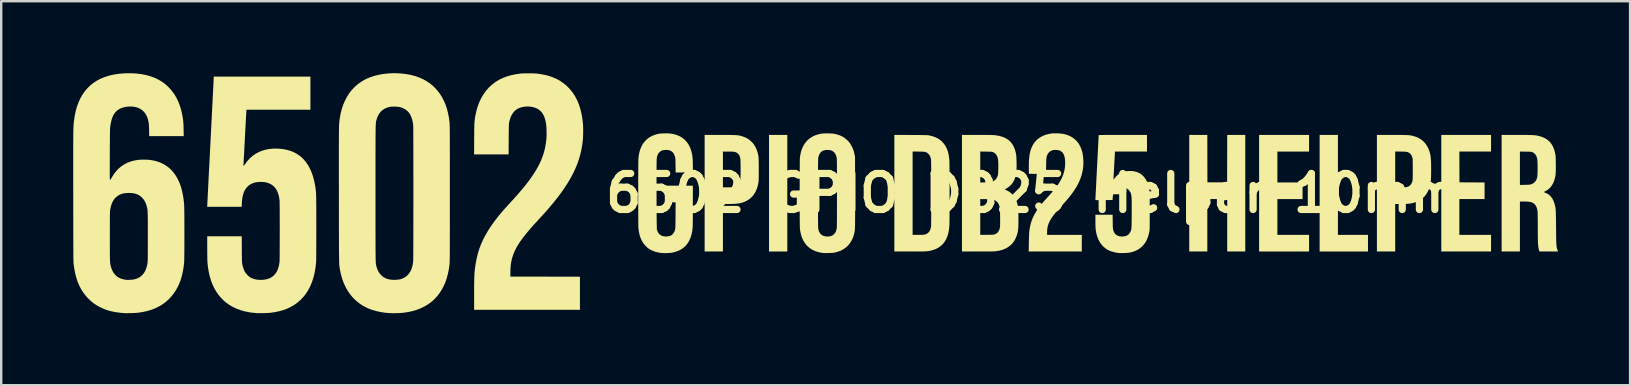
<source format=kicad_pcb>
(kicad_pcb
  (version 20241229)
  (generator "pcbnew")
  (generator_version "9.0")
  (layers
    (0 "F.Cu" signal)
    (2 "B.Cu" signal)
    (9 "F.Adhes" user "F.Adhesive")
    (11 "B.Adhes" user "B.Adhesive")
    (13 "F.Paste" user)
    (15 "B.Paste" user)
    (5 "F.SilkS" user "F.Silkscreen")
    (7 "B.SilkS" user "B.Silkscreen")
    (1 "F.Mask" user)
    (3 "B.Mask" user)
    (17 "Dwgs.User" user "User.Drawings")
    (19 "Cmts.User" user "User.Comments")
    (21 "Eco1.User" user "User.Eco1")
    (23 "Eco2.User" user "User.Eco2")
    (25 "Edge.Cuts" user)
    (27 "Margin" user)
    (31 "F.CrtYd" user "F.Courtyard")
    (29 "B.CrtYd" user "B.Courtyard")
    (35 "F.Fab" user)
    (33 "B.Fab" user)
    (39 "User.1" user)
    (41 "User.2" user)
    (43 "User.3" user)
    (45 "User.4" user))
  (footprint "6502 GPIO DB25 Helper 10mm"
    (layer "F.Cu")
    (at 39.973 4.999)
    (property "Reference" "6502 GPIO DB25 Helper 10mm" (at 0 0 0) (layer "F.SilkS") (effects (font (size 1.5 1.5) (thickness 0.3))))
    (attr board_only exclude_from_pos_files exclude_from_bom)
    (fp_poly (pts (xy -10.225 0) (xy -10.225 2.428) (xy -10.606 2.428) (xy -10.987 2.428) (xy -10.987 0) (xy -10.987 -2.428) (xy -10.606 -2.428) (xy -10.225 -2.428)) (stroke (width 0) (type solid)) (fill yes) (layer "F.SilkS"))
    (fp_poly (pts (xy 12.713 -0.347) (xy 12.713 1.735) (xy 13.339 1.735) (xy 13.965 1.735) (xy 13.965 2.081) (xy 13.965 2.428) (xy 12.958 2.428) (xy 11.951 2.428) (xy 11.951 0) (xy 11.951 -2.428) (xy 12.332 -2.428) (xy 12.713 -2.428)) (stroke (width 0) (type solid)) (fill yes) (layer "F.SilkS"))
    (fp_poly (pts (xy 7.274 -1.44) (xy 7.276 -0.453) (xy 7.687 -0.453) (xy 8.097 -0.453) (xy 8.099 -1.44) (xy 8.102 -2.428) (xy 8.478 -2.428) (xy 8.854 -2.428) (xy 8.854 0) (xy 8.854 2.428) (xy 8.478 2.428) (xy 8.101 2.428) (xy 8.101 1.337) (xy 8.101 0.245) (xy 7.687 0.245) (xy 7.272 0.245) (xy 7.272 1.337) (xy 7.272 2.428) (xy 6.896 2.428) (xy 6.519 2.428) (xy 6.519 0) (xy 6.519 -2.428) (xy 6.896 -2.428) (xy 7.272 -2.428)) (stroke (width 0) (type solid)) (fill yes) (layer "F.SilkS"))
    (fp_poly (pts (xy 11.511 -2.081) (xy 11.511 -1.735) (xy 10.851 -1.735) (xy 10.191 -1.735) (xy 10.191 -1.091) (xy 10.191 -0.448) (xy 10.716 -0.448) (xy 11.24 -0.448) (xy 11.24 -0.102) (xy 11.24 0.245) (xy 10.716 0.245) (xy 10.191 0.245) (xy 10.191 0.99) (xy 10.191 1.735) (xy 10.851 1.735) (xy 11.511 1.735) (xy 11.511 2.081) (xy 11.511 2.428) (xy 10.471 2.428) (xy 9.43 2.428) (xy 9.43 0) (xy 9.43 -2.428) (xy 10.471 -2.428) (xy 11.511 -2.428)) (stroke (width 0) (type solid)) (fill yes) (layer "F.SilkS"))
    (fp_poly (pts (xy 19.092 -2.081) (xy 19.092 -1.735) (xy 18.432 -1.735) (xy 17.772 -1.735) (xy 17.774 -1.094) (xy 17.777 -0.453) (xy 18.299 -0.45) (xy 18.822 -0.448) (xy 18.822 -0.101) (xy 18.822 0.245) (xy 18.297 0.245) (xy 17.772 0.245) (xy 17.772 0.99) (xy 17.772 1.735) (xy 18.432 1.735) (xy 19.092 1.735) (xy 19.092 2.081) (xy 19.092 2.428) (xy 18.056 2.428) (xy 17.019 2.428) (xy 17.019 0) (xy 17.019 -2.428) (xy 18.056 -2.428) (xy 19.092 -2.428)) (stroke (width 0) (type solid)) (fill yes) (layer "F.SilkS"))
    (fp_poly (pts (xy -12.916 -2.428) (xy -12.799 -2.428) (xy -12.696 -2.427) (xy -12.606 -2.427) (xy -12.528 -2.425) (xy -12.46 -2.423) (xy -12.401 -2.421) (xy -12.35 -2.418) (xy -12.305 -2.414) (xy -12.265 -2.409) (xy -12.229 -2.403) (xy -12.195 -2.396) (xy -12.162 -2.388) (xy -12.129 -2.378) (xy -12.094 -2.368) (xy -12.083 -2.364) (xy -11.964 -2.318) (xy -11.856 -2.259) (xy -11.76 -2.187) (xy -11.675 -2.103) (xy -11.601 -2.007) (xy -11.539 -1.899) (xy -11.489 -1.778) (xy -11.462 -1.691) (xy -11.452 -1.654) (xy -11.444 -1.62) (xy -11.437 -1.587) (xy -11.431 -1.553) (xy -11.426 -1.518) (xy -11.422 -1.478) (xy -11.419 -1.433) (xy -11.417 -1.381) (xy -11.416 -1.32) (xy -11.415 -1.248) (xy -11.414 -1.164) (xy -11.414 -1.066) (xy -11.414 -0.99) (xy -11.414 -0.888) (xy -11.414 -0.8) (xy -11.415 -0.727) (xy -11.415 -0.666) (xy -11.416 -0.615) (xy -11.417 -0.573) (xy -11.419 -0.539) (xy -11.42 -0.51) (xy -11.423 -0.486) (xy -11.426 -0.464) (xy -11.429 -0.442) (xy -11.429 -0.44) (xy -11.456 -0.312) (xy -11.49 -0.197) (xy -11.532 -0.094) (xy -11.582 -0.001) (xy -11.642 0.084) (xy -11.696 0.146) (xy -11.76 0.208) (xy -11.825 0.259) (xy -11.897 0.304) (xy -11.929 0.321) (xy -11.995 0.352) (xy -12.06 0.378) (xy -12.128 0.4) (xy -12.199 0.416) (xy -12.277 0.429) (xy -12.363 0.439) (xy -12.46 0.445) (xy -12.57 0.448) (xy -12.66 0.448) (xy -12.907 0.448) (xy -12.907 1.438) (xy -12.907 2.428) (xy -13.288 2.428) (xy -13.669 2.428) (xy -13.669 0) (xy -13.669 -0.99) (xy -12.907 -0.99) (xy -12.907 -0.245) (xy -12.685 -0.245) (xy -12.607 -0.246) (xy -12.544 -0.247) (xy -12.495 -0.249) (xy -12.458 -0.251) (xy -12.431 -0.255) (xy -12.42 -0.257) (xy -12.351 -0.282) (xy -12.295 -0.317) (xy -12.25 -0.364) (xy -12.216 -0.422) (xy -12.191 -0.495) (xy -12.184 -0.529) (xy -12.18 -0.556) (xy -12.177 -0.597) (xy -12.175 -0.651) (xy -12.173 -0.715) (xy -12.172 -0.787) (xy -12.171 -0.864) (xy -12.17 -0.945) (xy -12.17 -1.028) (xy -12.171 -1.109) (xy -12.171 -1.187) (xy -12.173 -1.259) (xy -12.175 -1.324) (xy -12.177 -1.379) (xy -12.18 -1.421) (xy -12.183 -1.449) (xy -12.183 -1.45) (xy -12.204 -1.528) (xy -12.233 -1.592) (xy -12.272 -1.642) (xy -12.321 -1.681) (xy -12.332 -1.687) (xy -12.358 -1.701) (xy -12.383 -1.711) (xy -12.408 -1.719) (xy -12.438 -1.725) (xy -12.473 -1.73) (xy -12.516 -1.732) (xy -12.571 -1.734) (xy -12.638 -1.734) (xy -12.685 -1.734) (xy -12.907 -1.735) (xy -12.907 -0.99) (xy -13.669 -0.99) (xy -13.669 -2.428) (xy -13.049 -2.428)) (stroke (width 0) (type solid)) (fill yes) (layer "F.SilkS"))
    (fp_poly (pts (xy 14.961 -2.428) (xy 15.088 -2.428) (xy 15.199 -2.428) (xy 15.296 -2.427) (xy 15.381 -2.427) (xy 15.453 -2.426) (xy 15.516 -2.424) (xy 15.57 -2.423) (xy 15.616 -2.42) (xy 15.657 -2.417) (xy 15.693 -2.414) (xy 15.725 -2.409) (xy 15.756 -2.404) (xy 15.786 -2.398) (xy 15.817 -2.392) (xy 15.84 -2.386) (xy 15.965 -2.349) (xy 16.079 -2.298) (xy 16.183 -2.235) (xy 16.275 -2.159) (xy 16.356 -2.07) (xy 16.425 -1.969) (xy 16.483 -1.856) (xy 16.519 -1.763) (xy 16.536 -1.71) (xy 16.55 -1.657) (xy 16.562 -1.603) (xy 16.572 -1.546) (xy 16.58 -1.484) (xy 16.586 -1.416) (xy 16.591 -1.339) (xy 16.594 -1.252) (xy 16.595 -1.153) (xy 16.596 -1.039) (xy 16.596 -0.99) (xy 16.596 -0.87) (xy 16.594 -0.765) (xy 16.592 -0.673) (xy 16.588 -0.593) (xy 16.583 -0.521) (xy 16.575 -0.457) (xy 16.566 -0.399) (xy 16.555 -0.344) (xy 16.542 -0.291) (xy 16.526 -0.238) (xy 16.519 -0.216) (xy 16.47 -0.094) (xy 16.409 0.016) (xy 16.338 0.114) (xy 16.255 0.199) (xy 16.16 0.271) (xy 16.054 0.331) (xy 15.937 0.379) (xy 15.838 0.407) (xy 15.783 0.419) (xy 15.729 0.429) (xy 15.673 0.436) (xy 15.613 0.441) (xy 15.545 0.445) (xy 15.466 0.447) (xy 15.375 0.448) (xy 15.342 0.448) (xy 15.099 0.448) (xy 15.099 1.438) (xy 15.099 2.428) (xy 14.718 2.428) (xy 14.337 2.428) (xy 14.337 0) (xy 14.337 -0.99) (xy 15.099 -0.99) (xy 15.099 -0.245) (xy 15.319 -0.245) (xy 15.391 -0.246) (xy 15.448 -0.246) (xy 15.493 -0.247) (xy 15.527 -0.249) (xy 15.554 -0.252) (xy 15.575 -0.256) (xy 15.588 -0.259) (xy 15.639 -0.276) (xy 15.679 -0.297) (xy 15.714 -0.324) (xy 15.73 -0.34) (xy 15.764 -0.382) (xy 15.79 -0.429) (xy 15.811 -0.486) (xy 15.816 -0.505) (xy 15.819 -0.52) (xy 15.822 -0.536) (xy 15.824 -0.556) (xy 15.826 -0.581) (xy 15.828 -0.612) (xy 15.829 -0.651) (xy 15.83 -0.7) (xy 15.83 -0.76) (xy 15.83 -0.833) (xy 15.831 -0.919) (xy 15.831 -0.99) (xy 15.831 -1.088) (xy 15.83 -1.17) (xy 15.83 -1.239) (xy 15.829 -1.296) (xy 15.828 -1.341) (xy 15.827 -1.378) (xy 15.826 -1.407) (xy 15.824 -1.43) (xy 15.821 -1.449) (xy 15.818 -1.464) (xy 15.816 -1.474) (xy 15.793 -1.543) (xy 15.764 -1.598) (xy 15.727 -1.643) (xy 15.722 -1.647) (xy 15.696 -1.671) (xy 15.669 -1.689) (xy 15.641 -1.704) (xy 15.61 -1.715) (xy 15.572 -1.723) (xy 15.526 -1.729) (xy 15.47 -1.732) (xy 15.402 -1.734) (xy 15.319 -1.735) (xy 15.315 -1.735) (xy 15.099 -1.735) (xy 15.099 -0.99) (xy 14.337 -0.99) (xy 14.337 -2.428)) (stroke (width 0) (type solid)) (fill yes) (layer "F.SilkS"))
    (fp_poly (pts (xy 0.982 -2.495) (xy 1.058 -2.493) (xy 1.133 -2.488) (xy 1.201 -2.482) (xy 1.259 -2.475) (xy 1.277 -2.471) (xy 1.41 -2.436) (xy 1.532 -2.389) (xy 1.643 -2.328) (xy 1.742 -2.256) (xy 1.83 -2.171) (xy 1.907 -2.074) (xy 1.971 -1.965) (xy 2.023 -1.844) (xy 2.063 -1.712) (xy 2.077 -1.648) (xy 2.102 -1.471) (xy 2.111 -1.294) (xy 2.104 -1.118) (xy 2.08 -0.943) (xy 2.039 -0.769) (xy 1.982 -0.598) (xy 1.909 -0.429) (xy 1.821 -0.265) (xy 1.793 -0.22) (xy 1.746 -0.147) (xy 1.699 -0.076) (xy 1.649 -0.006) (xy 1.597 0.065) (xy 1.54 0.137) (xy 1.478 0.213) (xy 1.409 0.294) (xy 1.332 0.383) (xy 1.246 0.479) (xy 1.149 0.586) (xy 1.134 0.602) (xy 1.03 0.717) (xy 0.94 0.824) (xy 0.862 0.923) (xy 0.795 1.016) (xy 0.74 1.104) (xy 0.694 1.189) (xy 0.659 1.272) (xy 0.631 1.354) (xy 0.613 1.436) (xy 0.601 1.521) (xy 0.597 1.608) (xy 0.597 1.63) (xy 0.597 1.735) (xy 1.32 1.735) (xy 2.043 1.735) (xy 2.043 2.081) (xy 2.043 2.428) (xy 0.938 2.428) (xy -0.168 2.428) (xy -0.162 2.067) (xy -0.16 1.95) (xy -0.158 1.849) (xy -0.155 1.76) (xy -0.151 1.682) (xy -0.146 1.613) (xy -0.14 1.55) (xy -0.132 1.492) (xy -0.122 1.437) (xy -0.111 1.381) (xy -0.098 1.324) (xy -0.093 1.302) (xy -0.053 1.166) (xy -0.002 1.033) (xy 0.061 0.902) (xy 0.137 0.77) (xy 0.226 0.636) (xy 0.331 0.498) (xy 0.344 0.482) (xy 0.367 0.453) (xy 0.39 0.426) (xy 0.413 0.399) (xy 0.437 0.37) (xy 0.465 0.338) (xy 0.498 0.301) (xy 0.538 0.257) (xy 0.585 0.205) (xy 0.642 0.142) (xy 0.656 0.126) (xy 0.751 0.02) (xy 0.838 -0.082) (xy 0.916 -0.177) (xy 0.985 -0.265) (xy 1.042 -0.344) (xy 1.054 -0.36) (xy 1.14 -0.498) (xy 1.211 -0.634) (xy 1.267 -0.768) (xy 1.308 -0.904) (xy 1.335 -1.042) (xy 1.348 -1.184) (xy 1.349 -1.254) (xy 1.346 -1.367) (xy 1.335 -1.466) (xy 1.315 -1.551) (xy 1.287 -1.622) (xy 1.251 -1.681) (xy 1.206 -1.728) (xy 1.151 -1.764) (xy 1.087 -1.789) (xy 1.05 -1.796) (xy 1.001 -1.801) (xy 0.948 -1.803) (xy 0.896 -1.801) (xy 0.851 -1.796) (xy 0.839 -1.794) (xy 0.77 -1.77) (xy 0.709 -1.732) (xy 0.657 -1.682) (xy 0.618 -1.622) (xy 0.612 -1.611) (xy 0.6 -1.583) (xy 0.59 -1.557) (xy 0.582 -1.531) (xy 0.576 -1.501) (xy 0.57 -1.468) (xy 0.566 -1.428) (xy 0.563 -1.38) (xy 0.561 -1.322) (xy 0.559 -1.252) (xy 0.558 -1.167) (xy 0.557 -1.123) (xy 0.552 -0.804) (xy 0.196 -0.806) (xy -0.161 -0.808) (xy -0.163 -1.003) (xy -0.164 -1.151) (xy -0.161 -1.284) (xy -0.155 -1.404) (xy -0.145 -1.511) (xy -0.132 -1.608) (xy -0.115 -1.695) (xy -0.105 -1.737) (xy -0.063 -1.867) (xy -0.01 -1.985) (xy 0.056 -2.092) (xy 0.134 -2.186) (xy 0.223 -2.268) (xy 0.324 -2.338) (xy 0.436 -2.396) (xy 0.56 -2.441) (xy 0.695 -2.474) (xy 0.786 -2.488) (xy 0.841 -2.493) (xy 0.908 -2.495)) (stroke (width 0) (type solid)) (fill yes) (layer "F.SilkS"))
    (fp_poly (pts (xy -5.079 -2.426) (xy -4.952 -2.425) (xy -4.842 -2.425) (xy -4.746 -2.424) (xy -4.663 -2.423) (xy -4.592 -2.422) (xy -4.533 -2.421) (xy -4.483 -2.42) (xy -4.442 -2.419) (xy -4.409 -2.418) (xy -4.381 -2.416) (xy -4.359 -2.414) (xy -4.341 -2.412) (xy -4.325 -2.409) (xy -4.319 -2.408) (xy -4.191 -2.378) (xy -4.076 -2.339) (xy -3.974 -2.292) (xy -3.882 -2.236) (xy -3.8 -2.17) (xy -3.781 -2.151) (xy -3.704 -2.066) (xy -3.638 -1.971) (xy -3.584 -1.865) (xy -3.54 -1.749) (xy -3.507 -1.62) (xy -3.484 -1.479) (xy -3.474 -1.371) (xy -3.472 -1.345) (xy -3.471 -1.303) (xy -3.47 -1.247) (xy -3.469 -1.178) (xy -3.469 -1.096) (xy -3.468 -1.004) (xy -3.467 -0.902) (xy -3.467 -0.791) (xy -3.466 -0.673) (xy -3.466 -0.549) (xy -3.465 -0.42) (xy -3.465 -0.287) (xy -3.465 -0.152) (xy -3.465 -0.015) (xy -3.465 0.122) (xy -3.465 0.257) (xy -3.465 0.391) (xy -3.466 0.521) (xy -3.466 0.646) (xy -3.466 0.766) (xy -3.467 0.878) (xy -3.468 0.982) (xy -3.468 1.077) (xy -3.469 1.161) (xy -3.47 1.233) (xy -3.471 1.292) (xy -3.472 1.337) (xy -3.473 1.366) (xy -3.474 1.371) (xy -3.491 1.526) (xy -3.519 1.669) (xy -3.558 1.8) (xy -3.609 1.918) (xy -3.672 2.023) (xy -3.745 2.117) (xy -3.831 2.197) (xy -3.928 2.266) (xy -4.036 2.323) (xy -4.157 2.367) (xy -4.289 2.4) (xy -4.39 2.416) (xy -4.413 2.418) (xy -4.44 2.42) (xy -4.472 2.422) (xy -4.511 2.424) (xy -4.557 2.425) (xy -4.612 2.426) (xy -4.678 2.427) (xy -4.754 2.427) (xy -4.843 2.428) (xy -4.946 2.428) (xy -5.064 2.428) (xy -5.129 2.428) (xy -5.766 2.428) (xy -5.766 0) (xy -5.005 0) (xy -5.005 1.735) (xy -4.775 1.735) (xy -4.701 1.734) (xy -4.641 1.734) (xy -4.594 1.732) (xy -4.557 1.73) (xy -4.528 1.727) (xy -4.505 1.724) (xy -4.494 1.721) (xy -4.424 1.695) (xy -4.364 1.656) (xy -4.316 1.605) (xy -4.278 1.54) (xy -4.25 1.462) (xy -4.245 1.441) (xy -4.243 1.432) (xy -4.242 1.421) (xy -4.24 1.408) (xy -4.239 1.392) (xy -4.237 1.372) (xy -4.236 1.348) (xy -4.235 1.318) (xy -4.234 1.282) (xy -4.234 1.239) (xy -4.233 1.189) (xy -4.232 1.13) (xy -4.232 1.061) (xy -4.231 0.982) (xy -4.231 0.892) (xy -4.231 0.791) (xy -4.231 0.677) (xy -4.231 0.549) (xy -4.231 0.408) (xy -4.231 0.251) (xy -4.231 0.079) (xy -4.231 0) (xy -4.231 -0.18) (xy -4.231 -0.343) (xy -4.231 -0.492) (xy -4.231 -0.626) (xy -4.231 -0.746) (xy -4.231 -0.853) (xy -4.231 -0.948) (xy -4.232 -1.031) (xy -4.232 -1.104) (xy -4.233 -1.168) (xy -4.233 -1.222) (xy -4.234 -1.268) (xy -4.235 -1.307) (xy -4.236 -1.339) (xy -4.237 -1.365) (xy -4.238 -1.387) (xy -4.24 -1.404) (xy -4.241 -1.418) (xy -4.243 -1.429) (xy -4.245 -1.438) (xy -4.245 -1.438) (xy -4.261 -1.5) (xy -4.281 -1.55) (xy -4.306 -1.592) (xy -4.334 -1.625) (xy -4.361 -1.653) (xy -4.388 -1.676) (xy -4.416 -1.694) (xy -4.448 -1.708) (xy -4.485 -1.719) (xy -4.53 -1.726) (xy -4.584 -1.731) (xy -4.65 -1.733) (xy -4.73 -1.734) (xy -4.775 -1.735) (xy -5.005 -1.735) (xy -5.005 0) (xy -5.766 0) (xy -5.766 -0.000456) (xy -5.766 -2.429)) (stroke (width 0) (type solid)) (fill yes) (layer "F.SilkS"))
    (fp_poly (pts (xy 20.292 -2.428) (xy 20.409 -2.428) (xy 20.51 -2.427) (xy 20.599 -2.427) (xy 20.677 -2.425) (xy 20.744 -2.424) (xy 20.802 -2.422) (xy 20.852 -2.419) (xy 20.896 -2.416) (xy 20.936 -2.412) (xy 20.971 -2.407) (xy 21.004 -2.402) (xy 21.036 -2.396) (xy 21.069 -2.388) (xy 21.077 -2.386) (xy 21.201 -2.35) (xy 21.312 -2.304) (xy 21.411 -2.247) (xy 21.497 -2.179) (xy 21.572 -2.099) (xy 21.636 -2.007) (xy 21.689 -1.902) (xy 21.732 -1.784) (xy 21.764 -1.653) (xy 21.767 -1.638) (xy 21.772 -1.612) (xy 21.776 -1.586) (xy 21.779 -1.559) (xy 21.782 -1.527) (xy 21.784 -1.49) (xy 21.786 -1.445) (xy 21.787 -1.389) (xy 21.788 -1.322) (xy 21.789 -1.24) (xy 21.789 -1.22) (xy 21.79 -1.119) (xy 21.79 -1.032) (xy 21.79 -0.958) (xy 21.788 -0.895) (xy 21.785 -0.84) (xy 21.781 -0.791) (xy 21.776 -0.747) (xy 21.769 -0.704) (xy 21.761 -0.664) (xy 21.731 -0.549) (xy 21.69 -0.443) (xy 21.639 -0.346) (xy 21.578 -0.261) (xy 21.522 -0.201) (xy 21.485 -0.169) (xy 21.44 -0.137) (xy 21.394 -0.106) (xy 21.351 -0.082) (xy 21.327 -0.071) (xy 21.306 -0.061) (xy 21.295 -0.052) (xy 21.294 -0.049) (xy 21.303 -0.042) (xy 21.323 -0.032) (xy 21.352 -0.02) (xy 21.357 -0.017) (xy 21.445 0.025) (xy 21.522 0.079) (xy 21.589 0.146) (xy 21.646 0.225) (xy 21.694 0.318) (xy 21.732 0.426) (xy 21.744 0.468) (xy 21.752 0.5) (xy 21.76 0.531) (xy 21.766 0.56) (xy 21.772 0.59) (xy 21.776 0.622) (xy 21.781 0.658) (xy 21.784 0.697) (xy 21.787 0.742) (xy 21.79 0.794) (xy 21.792 0.854) (xy 21.793 0.924) (xy 21.795 1.005) (xy 21.796 1.097) (xy 21.798 1.203) (xy 21.799 1.324) (xy 21.8 1.43) (xy 21.801 1.564) (xy 21.803 1.683) (xy 21.804 1.787) (xy 21.805 1.878) (xy 21.807 1.956) (xy 21.809 2.024) (xy 21.811 2.083) (xy 21.814 2.132) (xy 21.818 2.175) (xy 21.821 2.212) (xy 21.826 2.243) (xy 21.831 2.272) (xy 21.838 2.297) (xy 21.845 2.322) (xy 21.853 2.347) (xy 21.862 2.373) (xy 21.882 2.428) (xy 21.496 2.428) (xy 21.109 2.428) (xy 21.095 2.384) (xy 21.086 2.352) (xy 21.077 2.319) (xy 21.07 2.284) (xy 21.063 2.246) (xy 21.058 2.204) (xy 21.053 2.156) (xy 21.049 2.102) (xy 21.046 2.039) (xy 21.044 1.968) (xy 21.042 1.886) (xy 21.04 1.793) (xy 21.039 1.686) (xy 21.039 1.566) (xy 21.039 1.431) (xy 21.039 1.379) (xy 21.038 1.273) (xy 21.038 1.172) (xy 21.037 1.079) (xy 21.036 0.996) (xy 21.035 0.922) (xy 21.034 0.86) (xy 21.033 0.811) (xy 21.031 0.777) (xy 21.03 0.761) (xy 21.013 0.665) (xy 20.988 0.583) (xy 20.954 0.515) (xy 20.912 0.46) (xy 20.859 0.417) (xy 20.821 0.396) (xy 20.783 0.38) (xy 20.742 0.368) (xy 20.696 0.359) (xy 20.642 0.353) (xy 20.576 0.349) (xy 20.498 0.347) (xy 20.465 0.347) (xy 20.294 0.347) (xy 20.294 1.388) (xy 20.294 2.428) (xy 19.913 2.428) (xy 19.532 2.428) (xy 19.532 0) (xy 19.532 -1.04) (xy 20.294 -1.04) (xy 20.294 -0.345) (xy 20.499 -0.349) (xy 20.569 -0.351) (xy 20.624 -0.353) (xy 20.667 -0.355) (xy 20.7 -0.358) (xy 20.725 -0.362) (xy 20.745 -0.366) (xy 20.751 -0.368) (xy 20.826 -0.399) (xy 20.888 -0.44) (xy 20.938 -0.492) (xy 20.977 -0.556) (xy 21.006 -0.633) (xy 21.017 -0.679) (xy 21.021 -0.708) (xy 21.024 -0.751) (xy 21.027 -0.806) (xy 21.029 -0.87) (xy 21.03 -0.941) (xy 21.031 -1.015) (xy 21.031 -1.091) (xy 21.03 -1.165) (xy 21.029 -1.235) (xy 21.027 -1.299) (xy 21.024 -1.353) (xy 21.021 -1.395) (xy 21.018 -1.417) (xy 20.997 -1.502) (xy 20.966 -1.573) (xy 20.926 -1.631) (xy 20.875 -1.677) (xy 20.813 -1.71) (xy 20.811 -1.711) (xy 20.796 -1.716) (xy 20.781 -1.721) (xy 20.764 -1.724) (xy 20.742 -1.727) (xy 20.713 -1.729) (xy 20.675 -1.73) (xy 20.626 -1.731) (xy 20.564 -1.732) (xy 20.529 -1.733) (xy 20.294 -1.736) (xy 20.294 -1.04) (xy 19.532 -1.04) (xy 19.532 -2.428) (xy 20.161 -2.428)) (stroke (width 0) (type solid)) (fill yes) (layer "F.SilkS"))
    (fp_poly (pts (xy -2.186 -2.428) (xy -2.075 -2.428) (xy -1.979 -2.428) (xy -1.896 -2.427) (xy -1.825 -2.426) (xy -1.765 -2.426) (xy -1.714 -2.424) (xy -1.671 -2.423) (xy -1.634 -2.421) (xy -1.604 -2.419) (xy -1.577 -2.417) (xy -1.565 -2.415) (xy -1.424 -2.393) (xy -1.296 -2.361) (xy -1.182 -2.318) (xy -1.079 -2.264) (xy -0.989 -2.199) (xy -0.911 -2.122) (xy -0.844 -2.033) (xy -0.788 -1.932) (xy -0.743 -1.818) (xy -0.708 -1.691) (xy -0.693 -1.616) (xy -0.688 -1.581) (xy -0.684 -1.531) (xy -0.681 -1.47) (xy -0.678 -1.401) (xy -0.676 -1.327) (xy -0.674 -1.251) (xy -0.673 -1.175) (xy -0.674 -1.102) (xy -0.675 -1.036) (xy -0.677 -0.979) (xy -0.68 -0.934) (xy -0.68 -0.929) (xy -0.699 -0.799) (xy -0.726 -0.679) (xy -0.763 -0.571) (xy -0.809 -0.477) (xy -0.86 -0.401) (xy -0.925 -0.329) (xy -0.999 -0.263) (xy -1.079 -0.209) (xy -1.123 -0.185) (xy -1.145 -0.173) (xy -1.159 -0.163) (xy -1.161 -0.159) (xy -1.153 -0.152) (xy -1.133 -0.142) (xy -1.105 -0.128) (xy -1.095 -0.124) (xy -0.997 -0.072) (xy -0.908 -0.007) (xy -0.829 0.07) (xy -0.762 0.158) (xy -0.708 0.255) (xy -0.689 0.3) (xy -0.668 0.355) (xy -0.651 0.407) (xy -0.637 0.459) (xy -0.626 0.513) (xy -0.616 0.571) (xy -0.609 0.634) (xy -0.604 0.706) (xy -0.6 0.787) (xy -0.598 0.879) (xy -0.597 0.985) (xy -0.597 1.069) (xy -0.597 1.176) (xy -0.598 1.269) (xy -0.6 1.349) (xy -0.602 1.418) (xy -0.606 1.478) (xy -0.612 1.531) (xy -0.618 1.579) (xy -0.627 1.624) (xy -0.638 1.668) (xy -0.65 1.712) (xy -0.661 1.747) (xy -0.708 1.869) (xy -0.767 1.979) (xy -0.838 2.077) (xy -0.921 2.163) (xy -1.016 2.237) (xy -1.123 2.299) (xy -1.241 2.35) (xy -1.371 2.388) (xy -1.513 2.413) (xy -1.53 2.416) (xy -1.553 2.418) (xy -1.579 2.42) (xy -1.611 2.422) (xy -1.649 2.424) (xy -1.694 2.425) (xy -1.749 2.426) (xy -1.813 2.427) (xy -1.888 2.427) (xy -1.976 2.428) (xy -2.077 2.428) (xy -2.193 2.428) (xy -2.291 2.428) (xy -2.949 2.428) (xy -2.949 0.99) (xy -2.187 0.99) (xy -2.187 1.735) (xy -1.91 1.733) (xy -1.831 1.732) (xy -1.767 1.731) (xy -1.716 1.729) (xy -1.677 1.728) (xy -1.646 1.725) (xy -1.623 1.723) (xy -1.605 1.72) (xy -1.591 1.715) (xy -1.59 1.715) (xy -1.524 1.685) (xy -1.468 1.642) (xy -1.424 1.587) (xy -1.394 1.523) (xy -1.393 1.519) (xy -1.384 1.491) (xy -1.377 1.464) (xy -1.371 1.437) (xy -1.367 1.406) (xy -1.363 1.371) (xy -1.361 1.329) (xy -1.36 1.279) (xy -1.359 1.218) (xy -1.359 1.146) (xy -1.359 1.06) (xy -1.36 0.99) (xy -1.361 0.902) (xy -1.362 0.828) (xy -1.363 0.768) (xy -1.364 0.72) (xy -1.365 0.681) (xy -1.367 0.65) (xy -1.369 0.625) (xy -1.372 0.604) (xy -1.376 0.586) (xy -1.38 0.568) (xy -1.382 0.561) (xy -1.41 0.477) (xy -1.446 0.408) (xy -1.492 0.353) (xy -1.549 0.309) (xy -1.617 0.277) (xy -1.685 0.258) (xy -1.712 0.254) (xy -1.748 0.25) (xy -1.794 0.248) (xy -1.853 0.246) (xy -1.925 0.246) (xy -1.965 0.246) (xy -2.187 0.245) (xy -2.187 0.99) (xy -2.949 0.99) (xy -2.949 0) (xy -2.949 -1.091) (xy -2.187 -1.091) (xy -2.187 -0.446) (xy -1.982 -0.451) (xy -1.907 -0.453) (xy -1.846 -0.455) (xy -1.799 -0.458) (xy -1.763 -0.462) (xy -1.736 -0.467) (xy -1.727 -0.469) (xy -1.651 -0.497) (xy -1.588 -0.535) (xy -1.536 -0.585) (xy -1.494 -0.647) (xy -1.462 -0.723) (xy -1.454 -0.749) (xy -1.449 -0.776) (xy -1.444 -0.818) (xy -1.441 -0.871) (xy -1.438 -0.933) (xy -1.436 -1.001) (xy -1.435 -1.072) (xy -1.434 -1.144) (xy -1.435 -1.215) (xy -1.437 -1.28) (xy -1.439 -1.338) (xy -1.443 -1.386) (xy -1.447 -1.42) (xy -1.469 -1.504) (xy -1.501 -1.576) (xy -1.544 -1.635) (xy -1.596 -1.681) (xy -1.652 -1.711) (xy -1.667 -1.716) (xy -1.682 -1.721) (xy -1.699 -1.724) (xy -1.72 -1.727) (xy -1.748 -1.729) (xy -1.784 -1.73) (xy -1.832 -1.731) (xy -1.892 -1.732) (xy -1.944 -1.733) (xy -2.187 -1.736) (xy -2.187 -1.091) (xy -2.949 -1.091) (xy -2.949 -2.428) (xy -2.312 -2.428)) (stroke (width 0) (type solid)) (fill yes) (layer "F.SilkS"))
    (fp_poly (pts (xy -15.179 -2.493) (xy -15.121 -2.489) (xy -15.108 -2.488) (xy -14.968 -2.464) (xy -14.838 -2.428) (xy -14.719 -2.379) (xy -14.612 -2.317) (xy -14.516 -2.243) (xy -14.431 -2.156) (xy -14.357 -2.056) (xy -14.295 -1.944) (xy -14.244 -1.82) (xy -14.24 -1.808) (xy -14.22 -1.742) (xy -14.203 -1.675) (xy -14.189 -1.604) (xy -14.178 -1.527) (xy -14.17 -1.443) (xy -14.165 -1.348) (xy -14.161 -1.242) (xy -14.16 -1.122) (xy -14.16 -1.081) (xy -14.16 -0.863) (xy -14.518 -0.863) (xy -14.877 -0.863) (xy -14.881 -1.157) (xy -14.882 -1.237) (xy -14.883 -1.303) (xy -14.885 -1.355) (xy -14.886 -1.397) (xy -14.888 -1.431) (xy -14.891 -1.457) (xy -14.894 -1.479) (xy -14.898 -1.499) (xy -14.902 -1.516) (xy -14.93 -1.598) (xy -14.967 -1.665) (xy -15.012 -1.718) (xy -15.067 -1.758) (xy -15.132 -1.785) (xy -15.209 -1.8) (xy -15.273 -1.803) (xy -15.349 -1.8) (xy -15.411 -1.789) (xy -15.465 -1.77) (xy -15.513 -1.741) (xy -15.544 -1.715) (xy -15.587 -1.668) (xy -15.62 -1.611) (xy -15.645 -1.544) (xy -15.662 -1.464) (xy -15.665 -1.442) (xy -15.667 -1.423) (xy -15.668 -1.388) (xy -15.669 -1.339) (xy -15.67 -1.276) (xy -15.671 -1.202) (xy -15.672 -1.116) (xy -15.672 -1.02) (xy -15.673 -0.915) (xy -15.673 -0.802) (xy -15.673 -0.682) (xy -15.674 -0.557) (xy -15.674 -0.426) (xy -15.674 -0.292) (xy -15.673 -0.156) (xy -15.673 -0.018) (xy -15.673 0.121) (xy -15.672 0.258) (xy -15.672 0.394) (xy -15.671 0.527) (xy -15.671 0.656) (xy -15.67 0.781) (xy -15.669 0.899) (xy -15.668 1.01) (xy -15.667 1.112) (xy -15.666 1.206) (xy -15.665 1.289) (xy -15.663 1.36) (xy -15.662 1.419) (xy -15.661 1.464) (xy -15.659 1.495) (xy -15.658 1.51) (xy -15.658 1.51) (xy -15.63 1.593) (xy -15.592 1.661) (xy -15.545 1.715) (xy -15.488 1.757) (xy -15.421 1.785) (xy -15.342 1.8) (xy -15.276 1.803) (xy -15.189 1.797) (xy -15.114 1.779) (xy -15.05 1.748) (xy -14.996 1.704) (xy -14.952 1.646) (xy -14.919 1.575) (xy -14.898 1.506) (xy -14.895 1.492) (xy -14.892 1.475) (xy -14.89 1.452) (xy -14.889 1.423) (xy -14.887 1.386) (xy -14.886 1.34) (xy -14.885 1.284) (xy -14.884 1.216) (xy -14.883 1.135) (xy -14.882 1.04) (xy -14.881 0.93) (xy -14.881 0.916) (xy -14.877 0.381) (xy -15.068 0.381) (xy -15.259 0.381) (xy -15.259 0.034) (xy -15.259 -0.313) (xy -14.709 -0.313) (xy -14.16 -0.313) (xy -14.16 0.493) (xy -14.16 0.616) (xy -14.16 0.735) (xy -14.16 0.849) (xy -14.161 0.957) (xy -14.162 1.057) (xy -14.163 1.148) (xy -14.164 1.229) (xy -14.165 1.298) (xy -14.166 1.354) (xy -14.167 1.396) (xy -14.168 1.421) (xy -14.185 1.577) (xy -14.215 1.721) (xy -14.256 1.853) (xy -14.309 1.973) (xy -14.373 2.081) (xy -14.449 2.177) (xy -14.537 2.261) (xy -14.636 2.332) (xy -14.746 2.391) (xy -14.867 2.437) (xy -14.999 2.471) (xy -15.074 2.483) (xy -15.113 2.487) (xy -15.164 2.49) (xy -15.222 2.493) (xy -15.283 2.495) (xy -15.343 2.495) (xy -15.398 2.494) (xy -15.445 2.493) (xy -15.475 2.49) (xy -15.614 2.467) (xy -15.74 2.433) (xy -15.853 2.39) (xy -15.955 2.337) (xy -16.047 2.273) (xy -16.129 2.197) (xy -16.137 2.188) (xy -16.213 2.096) (xy -16.278 1.994) (xy -16.331 1.881) (xy -16.373 1.758) (xy -16.404 1.623) (xy -16.425 1.475) (xy -16.427 1.46) (xy -16.428 1.439) (xy -16.429 1.403) (xy -16.43 1.351) (xy -16.431 1.286) (xy -16.432 1.209) (xy -16.433 1.12) (xy -16.433 1.021) (xy -16.434 0.914) (xy -16.434 0.798) (xy -16.435 0.675) (xy -16.435 0.547) (xy -16.435 0.415) (xy -16.436 0.279) (xy -16.436 0.14) (xy -16.436 0.001) (xy -16.436 -0.139) (xy -16.436 -0.277) (xy -16.435 -0.413) (xy -16.435 -0.546) (xy -16.435 -0.674) (xy -16.434 -0.796) (xy -16.434 -0.912) (xy -16.433 -1.02) (xy -16.433 -1.119) (xy -16.432 -1.208) (xy -16.431 -1.285) (xy -16.43 -1.35) (xy -16.429 -1.402) (xy -16.428 -1.439) (xy -16.427 -1.46) (xy -16.427 -1.46) (xy -16.407 -1.609) (xy -16.377 -1.745) (xy -16.336 -1.868) (xy -16.285 -1.981) (xy -16.231 -2.071) (xy -16.155 -2.169) (xy -16.068 -2.254) (xy -15.969 -2.327) (xy -15.859 -2.387) (xy -15.739 -2.435) (xy -15.607 -2.47) (xy -15.577 -2.476) (xy -15.526 -2.483) (xy -15.464 -2.488) (xy -15.393 -2.492) (xy -15.319 -2.494) (xy -15.246 -2.495)) (stroke (width 0) (type solid)) (fill yes) (layer "F.SilkS"))
    (fp_poly (pts (xy -20.916 -4.995) (xy -20.841 -4.993) (xy -20.772 -4.991) (xy -20.714 -4.988) (xy -20.675 -4.985) (xy -20.498 -4.962) (xy -20.334 -4.931) (xy -20.181 -4.893) (xy -20.036 -4.845) (xy -19.897 -4.788) (xy -19.817 -4.75) (xy -19.67 -4.667) (xy -19.531 -4.569) (xy -19.401 -4.458) (xy -19.281 -4.334) (xy -19.172 -4.199) (xy -19.075 -4.052) (xy -19.06 -4.027) (xy -18.981 -3.877) (xy -18.913 -3.714) (xy -18.855 -3.539) (xy -18.807 -3.353) (xy -18.77 -3.157) (xy -18.744 -2.952) (xy -18.737 -2.877) (xy -18.733 -2.805) (xy -18.73 -2.721) (xy -18.729 -2.63) (xy -18.729 -2.536) (xy -18.731 -2.443) (xy -18.733 -2.355) (xy -18.738 -2.276) (xy -18.741 -2.229) (xy -18.766 -2.023) (xy -18.801 -1.821) (xy -18.847 -1.621) (xy -18.903 -1.424) (xy -18.971 -1.228) (xy -19.051 -1.033) (xy -19.143 -0.836) (xy -19.247 -0.639) (xy -19.365 -0.439) (xy -19.496 -0.236) (xy -19.641 -0.028) (xy -19.8 0.184) (xy -19.974 0.402) (xy -20.041 0.482) (xy -20.106 0.56) (xy -20.17 0.635) (xy -20.235 0.71) (xy -20.303 0.786) (xy -20.375 0.867) (xy -20.454 0.954) (xy -20.542 1.049) (xy -20.59 1.101) (xy -20.732 1.256) (xy -20.862 1.4) (xy -20.98 1.536) (xy -21.087 1.663) (xy -21.183 1.783) (xy -21.27 1.897) (xy -21.347 2.005) (xy -21.416 2.108) (xy -21.477 2.208) (xy -21.531 2.305) (xy -21.577 2.401) (xy -21.618 2.495) (xy -21.653 2.589) (xy -21.683 2.684) (xy -21.702 2.754) (xy -21.723 2.845) (xy -21.739 2.936) (xy -21.75 3.029) (xy -21.757 3.131) (xy -21.76 3.244) (xy -21.761 3.274) (xy -21.762 3.473) (xy -20.313 3.475) (xy -18.864 3.478) (xy -18.864 4.167) (xy -18.864 4.857) (xy -21.068 4.857) (xy -23.272 4.857) (xy -23.272 4.21) (xy -23.272 4.061) (xy -23.271 3.927) (xy -23.271 3.808) (xy -23.269 3.7) (xy -23.267 3.604) (xy -23.265 3.517) (xy -23.262 3.438) (xy -23.258 3.365) (xy -23.253 3.297) (xy -23.247 3.232) (xy -23.241 3.169) (xy -23.233 3.107) (xy -23.224 3.043) (xy -23.214 2.977) (xy -23.212 2.961) (xy -23.171 2.74) (xy -23.121 2.528) (xy -23.059 2.325) (xy -22.985 2.127) (xy -22.898 1.933) (xy -22.798 1.74) (xy -22.682 1.545) (xy -22.617 1.443) (xy -22.542 1.333) (xy -22.466 1.225) (xy -22.386 1.117) (xy -22.301 1.008) (xy -22.21 0.895) (xy -22.111 0.778) (xy -22.004 0.655) (xy -21.886 0.524) (xy -21.758 0.385) (xy -21.582 0.192) (xy -21.418 0.007) (xy -21.268 -0.169) (xy -21.13 -0.338) (xy -21.004 -0.501) (xy -20.89 -0.657) (xy -20.787 -0.81) (xy -20.694 -0.958) (xy -20.612 -1.103) (xy -20.539 -1.245) (xy -20.475 -1.386) (xy -20.42 -1.527) (xy -20.374 -1.667) (xy -20.335 -1.809) (xy -20.304 -1.952) (xy -20.28 -2.097) (xy -20.262 -2.246) (xy -20.259 -2.276) (xy -20.256 -2.332) (xy -20.254 -2.4) (xy -20.253 -2.477) (xy -20.254 -2.557) (xy -20.256 -2.638) (xy -20.259 -2.716) (xy -20.263 -2.786) (xy -20.269 -2.846) (xy -20.272 -2.876) (xy -20.295 -3.001) (xy -20.324 -3.112) (xy -20.36 -3.209) (xy -20.403 -3.294) (xy -20.455 -3.368) (xy -20.515 -3.432) (xy -20.586 -3.488) (xy -20.597 -3.495) (xy -20.68 -3.541) (xy -20.775 -3.575) (xy -20.878 -3.599) (xy -20.986 -3.611) (xy -21.099 -3.611) (xy -21.212 -3.598) (xy -21.303 -3.579) (xy -21.402 -3.546) (xy -21.49 -3.5) (xy -21.569 -3.44) (xy -21.637 -3.366) (xy -21.696 -3.279) (xy -21.745 -3.179) (xy -21.785 -3.064) (xy -21.81 -2.959) (xy -21.814 -2.942) (xy -21.816 -2.925) (xy -21.819 -2.906) (xy -21.821 -2.885) (xy -21.823 -2.86) (xy -21.824 -2.83) (xy -21.826 -2.794) (xy -21.827 -2.749) (xy -21.828 -2.695) (xy -21.828 -2.631) (xy -21.829 -2.556) (xy -21.83 -2.467) (xy -21.831 -2.364) (xy -21.831 -2.245) (xy -21.831 -2.244) (xy -21.835 -1.616) (xy -22.554 -1.616) (xy -23.273 -1.616) (xy -23.27 -2.257) (xy -23.269 -2.384) (xy -23.268 -2.495) (xy -23.268 -2.593) (xy -23.267 -2.677) (xy -23.265 -2.751) (xy -23.264 -2.816) (xy -23.262 -2.873) (xy -23.259 -2.923) (xy -23.256 -2.968) (xy -23.252 -3.01) (xy -23.248 -3.049) (xy -23.243 -3.088) (xy -23.237 -3.129) (xy -23.23 -3.171) (xy -23.222 -3.218) (xy -23.221 -3.224) (xy -23.178 -3.424) (xy -23.124 -3.613) (xy -23.057 -3.791) (xy -22.978 -3.958) (xy -22.887 -4.113) (xy -22.785 -4.257) (xy -22.67 -4.389) (xy -22.545 -4.508) (xy -22.408 -4.616) (xy -22.358 -4.65) (xy -22.216 -4.734) (xy -22.063 -4.806) (xy -21.898 -4.868) (xy -21.721 -4.918) (xy -21.532 -4.957) (xy -21.33 -4.985) (xy -21.326 -4.985) (xy -21.28 -4.989) (xy -21.221 -4.992) (xy -21.151 -4.994) (xy -21.075 -4.995) (xy -20.995 -4.995)) (stroke (width 0) (type solid)) (fill yes) (layer "F.SilkS"))
    (fp_poly (pts (xy -8.473 -2.492) (xy -8.396 -2.488) (xy -8.327 -2.483) (xy -8.27 -2.475) (xy -8.258 -2.473) (xy -8.132 -2.442) (xy -8.019 -2.402) (xy -7.917 -2.353) (xy -7.825 -2.293) (xy -7.739 -2.221) (xy -7.735 -2.217) (xy -7.676 -2.157) (xy -7.627 -2.097) (xy -7.584 -2.033) (xy -7.543 -1.958) (xy -7.535 -1.942) (xy -7.507 -1.884) (xy -7.485 -1.833) (xy -7.467 -1.783) (xy -7.451 -1.731) (xy -7.436 -1.669) (xy -7.427 -1.629) (xy -7.404 -1.527) (xy -7.401 -0.051) (xy -7.401 0.14) (xy -7.401 0.315) (xy -7.4 0.475) (xy -7.4 0.62) (xy -7.4 0.751) (xy -7.4 0.87) (xy -7.4 0.976) (xy -7.401 1.071) (xy -7.401 1.156) (xy -7.402 1.23) (xy -7.403 1.296) (xy -7.404 1.354) (xy -7.406 1.404) (xy -7.407 1.448) (xy -7.409 1.486) (xy -7.412 1.519) (xy -7.415 1.548) (xy -7.418 1.574) (xy -7.421 1.597) (xy -7.425 1.618) (xy -7.429 1.639) (xy -7.434 1.659) (xy -7.439 1.68) (xy -7.445 1.702) (xy -7.446 1.705) (xy -7.461 1.763) (xy -7.477 1.814) (xy -7.496 1.862) (xy -7.52 1.915) (xy -7.544 1.963) (xy -7.609 2.072) (xy -7.685 2.168) (xy -7.773 2.253) (xy -7.873 2.325) (xy -7.984 2.386) (xy -8.107 2.434) (xy -8.242 2.47) (xy -8.25 2.471) (xy -8.285 2.478) (xy -8.323 2.483) (xy -8.365 2.486) (xy -8.416 2.489) (xy -8.479 2.491) (xy -8.52 2.492) (xy -8.576 2.492) (xy -8.627 2.493) (xy -8.67 2.493) (xy -8.704 2.492) (xy -8.724 2.491) (xy -8.728 2.491) (xy -8.745 2.488) (xy -8.774 2.483) (xy -8.81 2.478) (xy -8.833 2.474) (xy -8.953 2.448) (xy -9.069 2.409) (xy -9.179 2.357) (xy -9.279 2.294) (xy -9.368 2.222) (xy -9.412 2.178) (xy -9.488 2.084) (xy -9.553 1.982) (xy -9.606 1.871) (xy -9.648 1.749) (xy -9.68 1.615) (xy -9.7 1.476) (xy -9.702 1.458) (xy -9.703 1.423) (xy -9.704 1.374) (xy -9.704 1.311) (xy -9.705 1.235) (xy -9.706 1.149) (xy -9.707 1.052) (xy -9.707 0.945) (xy -9.708 0.831) (xy -9.708 0.71) (xy -9.709 0.583) (xy -9.709 0.451) (xy -9.709 0.315) (xy -9.709 0.177) (xy -9.709 0.038) (xy -9.709 -0.061) (xy -8.949 -0.061) (xy -8.949 0.078) (xy -8.949 0.217) (xy -8.948 0.354) (xy -8.948 0.488) (xy -8.948 0.618) (xy -8.947 0.743) (xy -8.946 0.862) (xy -8.946 0.974) (xy -8.945 1.077) (xy -8.944 1.171) (xy -8.943 1.255) (xy -8.942 1.327) (xy -8.94 1.387) (xy -8.939 1.432) (xy -8.937 1.463) (xy -8.936 1.477) (xy -8.917 1.556) (xy -8.89 1.622) (xy -8.856 1.676) (xy -8.813 1.722) (xy -8.788 1.741) (xy -8.735 1.77) (xy -8.672 1.791) (xy -8.602 1.802) (xy -8.53 1.804) (xy -8.459 1.797) (xy -8.394 1.78) (xy -8.367 1.769) (xy -8.307 1.733) (xy -8.257 1.684) (xy -8.217 1.623) (xy -8.187 1.549) (xy -8.171 1.491) (xy -8.169 1.482) (xy -8.167 1.471) (xy -8.166 1.458) (xy -8.164 1.441) (xy -8.163 1.421) (xy -8.162 1.397) (xy -8.161 1.366) (xy -8.16 1.33) (xy -8.16 1.286) (xy -8.159 1.235) (xy -8.158 1.175) (xy -8.158 1.106) (xy -8.157 1.027) (xy -8.157 0.936) (xy -8.157 0.834) (xy -8.157 0.72) (xy -8.157 0.592) (xy -8.157 0.45) (xy -8.156 0.293) (xy -8.156 0.121) (xy -8.156 0) (xy -8.156 -0.183) (xy -8.156 -0.35) (xy -8.157 -0.501) (xy -8.157 -0.638) (xy -8.157 -0.761) (xy -8.157 -0.871) (xy -8.157 -0.969) (xy -8.158 -1.056) (xy -8.158 -1.131) (xy -8.158 -1.197) (xy -8.159 -1.254) (xy -8.16 -1.302) (xy -8.161 -1.343) (xy -8.161 -1.378) (xy -8.162 -1.406) (xy -8.164 -1.429) (xy -8.165 -1.448) (xy -8.166 -1.463) (xy -8.168 -1.475) (xy -8.17 -1.485) (xy -8.171 -1.491) (xy -8.196 -1.576) (xy -8.231 -1.648) (xy -8.276 -1.706) (xy -8.33 -1.75) (xy -8.354 -1.763) (xy -8.398 -1.782) (xy -8.443 -1.794) (xy -8.496 -1.801) (xy -8.558 -1.803) (xy -8.644 -1.797) (xy -8.718 -1.778) (xy -8.782 -1.746) (xy -8.835 -1.702) (xy -8.878 -1.644) (xy -8.911 -1.572) (xy -8.934 -1.487) (xy -8.936 -1.477) (xy -8.938 -1.46) (xy -8.939 -1.428) (xy -8.941 -1.38) (xy -8.942 -1.319) (xy -8.943 -1.245) (xy -8.944 -1.16) (xy -8.945 -1.065) (xy -8.946 -0.96) (xy -8.947 -0.848) (xy -8.947 -0.728) (xy -8.948 -0.602) (xy -8.948 -0.471) (xy -8.948 -0.337) (xy -8.949 -0.2) (xy -8.949 -0.061) (xy -9.709 -0.061) (xy -9.709 -0.102) (xy -9.709 -0.241) (xy -9.709 -0.378) (xy -9.709 -0.512) (xy -9.708 -0.642) (xy -9.708 -0.766) (xy -9.707 -0.885) (xy -9.707 -0.996) (xy -9.706 -1.098) (xy -9.705 -1.191) (xy -9.705 -1.273) (xy -9.704 -1.343) (xy -9.703 -1.4) (xy -9.702 -1.443) (xy -9.701 -1.471) (xy -9.7 -1.479) (xy -9.677 -1.63) (xy -9.642 -1.769) (xy -9.594 -1.897) (xy -9.535 -2.013) (xy -9.464 -2.117) (xy -9.381 -2.209) (xy -9.287 -2.289) (xy -9.182 -2.356) (xy -9.065 -2.411) (xy -8.938 -2.453) (xy -8.833 -2.476) (xy -8.778 -2.484) (xy -8.71 -2.489) (xy -8.634 -2.492) (xy -8.554 -2.493)) (stroke (width 0) (type solid)) (fill yes) (layer "F.SilkS"))
    (fp_poly (pts (xy 4.759 -2.081) (xy 4.759 -1.735) (xy 4.091 -1.735) (xy 3.422 -1.735) (xy 3.422 -1.715) (xy 3.422 -1.704) (xy 3.421 -1.677) (xy 3.419 -1.636) (xy 3.416 -1.583) (xy 3.413 -1.518) (xy 3.409 -1.444) (xy 3.404 -1.362) (xy 3.399 -1.274) (xy 3.394 -1.18) (xy 3.393 -1.151) (xy 3.388 -1.057) (xy 3.383 -0.967) (xy 3.378 -0.883) (xy 3.374 -0.807) (xy 3.371 -0.74) (xy 3.368 -0.683) (xy 3.366 -0.639) (xy 3.364 -0.608) (xy 3.363 -0.592) (xy 3.363 -0.591) (xy 3.366 -0.578) (xy 3.374 -0.578) (xy 3.388 -0.593) (xy 3.409 -0.621) (xy 3.476 -0.704) (xy 3.555 -0.776) (xy 3.645 -0.834) (xy 3.743 -0.879) (xy 3.85 -0.91) (xy 3.898 -0.917) (xy 3.957 -0.922) (xy 4.023 -0.925) (xy 4.089 -0.925) (xy 4.152 -0.922) (xy 4.204 -0.916) (xy 4.209 -0.915) (xy 4.318 -0.889) (xy 4.419 -0.848) (xy 4.51 -0.794) (xy 4.592 -0.725) (xy 4.664 -0.644) (xy 4.727 -0.549) (xy 4.778 -0.442) (xy 4.819 -0.323) (xy 4.822 -0.311) (xy 4.831 -0.28) (xy 4.838 -0.252) (xy 4.845 -0.226) (xy 4.85 -0.2) (xy 4.855 -0.173) (xy 4.859 -0.145) (xy 4.863 -0.113) (xy 4.866 -0.078) (xy 4.868 -0.037) (xy 4.87 0.011) (xy 4.871 0.067) (xy 4.872 0.131) (xy 4.873 0.206) (xy 4.873 0.292) (xy 4.873 0.391) (xy 4.874 0.503) (xy 4.874 0.631) (xy 4.874 0.723) (xy 4.874 0.858) (xy 4.873 0.976) (xy 4.873 1.08) (xy 4.873 1.171) (xy 4.873 1.248) (xy 4.872 1.315) (xy 4.872 1.371) (xy 4.871 1.419) (xy 4.87 1.458) (xy 4.869 1.49) (xy 4.867 1.517) (xy 4.866 1.539) (xy 4.864 1.557) (xy 4.861 1.574) (xy 4.859 1.588) (xy 4.858 1.591) (xy 4.827 1.728) (xy 4.789 1.851) (xy 4.741 1.962) (xy 4.685 2.06) (xy 4.619 2.149) (xy 4.543 2.228) (xy 4.528 2.241) (xy 4.457 2.299) (xy 4.385 2.346) (xy 4.309 2.386) (xy 4.223 2.422) (xy 4.208 2.427) (xy 4.142 2.448) (xy 4.077 2.465) (xy 4.011 2.477) (xy 3.939 2.485) (xy 3.857 2.49) (xy 3.774 2.492) (xy 3.719 2.493) (xy 3.668 2.493) (xy 3.625 2.493) (xy 3.593 2.492) (xy 3.573 2.491) (xy 3.571 2.491) (xy 3.43 2.466) (xy 3.304 2.433) (xy 3.191 2.391) (xy 3.092 2.341) (xy 3.019 2.291) (xy 2.926 2.208) (xy 2.844 2.114) (xy 2.775 2.008) (xy 2.717 1.89) (xy 2.672 1.761) (xy 2.638 1.619) (xy 2.619 1.487) (xy 2.617 1.457) (xy 2.615 1.413) (xy 2.613 1.359) (xy 2.612 1.296) (xy 2.611 1.229) (xy 2.61 1.16) (xy 2.61 1.151) (xy 2.61 0.897) (xy 2.969 0.897) (xy 3.328 0.897) (xy 3.331 1.187) (xy 3.332 1.271) (xy 3.334 1.34) (xy 3.335 1.397) (xy 3.338 1.443) (xy 3.341 1.48) (xy 3.346 1.511) (xy 3.352 1.539) (xy 3.36 1.564) (xy 3.371 1.589) (xy 3.383 1.617) (xy 3.386 1.623) (xy 3.423 1.682) (xy 3.472 1.73) (xy 3.532 1.767) (xy 3.601 1.791) (xy 3.656 1.8) (xy 3.751 1.803) (xy 3.835 1.793) (xy 3.907 1.77) (xy 3.969 1.735) (xy 4.02 1.687) (xy 4.059 1.625) (xy 4.061 1.621) (xy 4.072 1.599) (xy 4.081 1.579) (xy 4.089 1.56) (xy 4.096 1.539) (xy 4.101 1.516) (xy 4.106 1.49) (xy 4.11 1.458) (xy 4.113 1.421) (xy 4.115 1.375) (xy 4.117 1.321) (xy 4.119 1.257) (xy 4.12 1.181) (xy 4.121 1.092) (xy 4.121 0.989) (xy 4.122 0.871) (xy 4.123 0.736) (xy 4.123 0.616) (xy 4.123 0.511) (xy 4.123 0.418) (xy 4.122 0.339) (xy 4.12 0.27) (xy 4.117 0.21) (xy 4.114 0.16) (xy 4.109 0.116) (xy 4.104 0.079) (xy 4.097 0.046) (xy 4.09 0.018) (xy 4.081 -0.008) (xy 4.071 -0.033) (xy 4.065 -0.046) (xy 4.027 -0.107) (xy 3.978 -0.156) (xy 3.918 -0.194) (xy 3.848 -0.22) (xy 3.77 -0.234) (xy 3.686 -0.234) (xy 3.653 -0.23) (xy 3.575 -0.213) (xy 3.509 -0.185) (xy 3.454 -0.144) (xy 3.409 -0.091) (xy 3.374 -0.025) (xy 3.349 0.054) (xy 3.334 0.147) (xy 3.331 0.19) (xy 3.325 0.283) (xy 2.968 0.286) (xy 2.61 0.288) (xy 2.61 0.26) (xy 2.611 0.249) (xy 2.612 0.221) (xy 2.614 0.179) (xy 2.617 0.122) (xy 2.62 0.053) (xy 2.624 -0.029) (xy 2.629 -0.123) (xy 2.634 -0.226) (xy 2.64 -0.339) (xy 2.646 -0.461) (xy 2.653 -0.59) (xy 2.659 -0.726) (xy 2.667 -0.868) (xy 2.674 -1.014) (xy 2.678 -1.087) (xy 2.686 -1.235) (xy 2.693 -1.379) (xy 2.7 -1.517) (xy 2.707 -1.649) (xy 2.713 -1.773) (xy 2.719 -1.89) (xy 2.724 -1.997) (xy 2.729 -2.094) (xy 2.734 -2.18) (xy 2.737 -2.255) (xy 2.741 -2.316) (xy 2.743 -2.364) (xy 2.745 -2.397) (xy 2.745 -2.415) (xy 2.746 -2.418) (xy 2.749 -2.419) (xy 2.758 -2.421) (xy 2.776 -2.422) (xy 2.801 -2.423) (xy 2.835 -2.424) (xy 2.879 -2.425) (xy 2.934 -2.426) (xy 3 -2.427) (xy 3.077 -2.427) (xy 3.168 -2.428) (xy 3.272 -2.428) (xy 3.39 -2.428) (xy 3.523 -2.428) (xy 3.672 -2.428) (xy 3.752 -2.428) (xy 4.759 -2.428)) (stroke (width 0) (type solid)) (fill yes) (layer "F.SilkS"))
    (fp_poly (pts (xy -30.092 -4.167) (xy -30.092 -3.477) (xy -31.423 -3.477) (xy -32.755 -3.477) (xy -32.761 -3.408) (xy -32.762 -3.39) (xy -32.764 -3.357) (xy -32.766 -3.31) (xy -32.77 -3.248) (xy -32.774 -3.175) (xy -32.779 -3.09) (xy -32.784 -2.994) (xy -32.789 -2.89) (xy -32.795 -2.778) (xy -32.802 -2.659) (xy -32.808 -2.534) (xy -32.815 -2.405) (xy -32.82 -2.31) (xy -32.827 -2.178) (xy -32.834 -2.05) (xy -32.841 -1.927) (xy -32.847 -1.81) (xy -32.853 -1.701) (xy -32.858 -1.599) (xy -32.863 -1.507) (xy -32.868 -1.425) (xy -32.872 -1.356) (xy -32.875 -1.298) (xy -32.877 -1.255) (xy -32.879 -1.227) (xy -32.88 -1.216) (xy -32.882 -1.183) (xy -32.882 -1.164) (xy -32.879 -1.154) (xy -32.873 -1.151) (xy -32.87 -1.151) (xy -32.857 -1.158) (xy -32.838 -1.18) (xy -32.813 -1.213) (xy -32.808 -1.221) (xy -32.714 -1.347) (xy -32.609 -1.459) (xy -32.495 -1.558) (xy -32.372 -1.644) (xy -32.239 -1.715) (xy -32.097 -1.772) (xy -31.947 -1.816) (xy -31.79 -1.844) (xy -31.624 -1.859) (xy -31.459 -1.858) (xy -31.287 -1.845) (xy -31.125 -1.819) (xy -30.975 -1.78) (xy -30.833 -1.729) (xy -30.701 -1.665) (xy -30.602 -1.605) (xy -30.486 -1.518) (xy -30.379 -1.416) (xy -30.282 -1.301) (xy -30.193 -1.173) (xy -30.115 -1.031) (xy -30.046 -0.878) (xy -29.987 -0.711) (xy -29.938 -0.533) (xy -29.9 -0.344) (xy -29.888 -0.273) (xy -29.883 -0.236) (xy -29.878 -0.202) (xy -29.874 -0.169) (xy -29.87 -0.136) (xy -29.866 -0.102) (xy -29.863 -0.067) (xy -29.86 -0.03) (xy -29.858 0.011) (xy -29.855 0.055) (xy -29.854 0.105) (xy -29.852 0.161) (xy -29.851 0.224) (xy -29.85 0.295) (xy -29.849 0.374) (xy -29.848 0.463) (xy -29.847 0.563) (xy -29.847 0.674) (xy -29.847 0.797) (xy -29.847 0.934) (xy -29.846 1.085) (xy -29.846 1.251) (xy -29.846 1.433) (xy -29.846 1.443) (xy -29.846 1.637) (xy -29.847 1.818) (xy -29.847 1.987) (xy -29.847 2.142) (xy -29.848 2.284) (xy -29.848 2.412) (xy -29.849 2.525) (xy -29.85 2.624) (xy -29.851 2.708) (xy -29.852 2.776) (xy -29.853 2.828) (xy -29.854 2.863) (xy -29.855 2.877) (xy -29.879 3.097) (xy -29.914 3.306) (xy -29.962 3.503) (xy -30.022 3.689) (xy -30.094 3.863) (xy -30.177 4.025) (xy -30.273 4.176) (xy -30.38 4.314) (xy -30.499 4.441) (xy -30.63 4.555) (xy -30.76 4.65) (xy -30.903 4.734) (xy -31.058 4.807) (xy -31.224 4.869) (xy -31.402 4.919) (xy -31.59 4.958) (xy -31.78 4.983) (xy -31.813 4.986) (xy -31.858 4.989) (xy -31.913 4.991) (xy -31.974 4.993) (xy -32.038 4.995) (xy -32.102 4.996) (xy -32.162 4.997) (xy -32.217 4.997) (xy -32.261 4.997) (xy -32.293 4.996) (xy -32.3 4.996) (xy -32.377 4.989) (xy -32.44 4.983) (xy -32.492 4.978) (xy -32.536 4.973) (xy -32.573 4.969) (xy -32.608 4.964) (xy -32.643 4.958) (xy -32.651 4.957) (xy -32.842 4.918) (xy -33.023 4.865) (xy -33.194 4.8) (xy -33.353 4.722) (xy -33.502 4.632) (xy -33.624 4.541) (xy -33.655 4.515) (xy -33.694 4.48) (xy -33.735 4.441) (xy -33.775 4.401) (xy -33.785 4.39) (xy -33.899 4.261) (xy -34.001 4.12) (xy -34.091 3.967) (xy -34.17 3.804) (xy -34.236 3.628) (xy -34.291 3.441) (xy -34.334 3.242) (xy -34.366 3.03) (xy -34.381 2.873) (xy -34.383 2.844) (xy -34.384 2.8) (xy -34.386 2.743) (xy -34.387 2.675) (xy -34.388 2.598) (xy -34.389 2.514) (xy -34.389 2.425) (xy -34.39 2.333) (xy -34.39 2.279) (xy -34.39 1.794) (xy -33.671 1.794) (xy -32.953 1.794) (xy -32.949 2.333) (xy -32.949 2.445) (xy -32.948 2.541) (xy -32.947 2.623) (xy -32.946 2.692) (xy -32.945 2.75) (xy -32.944 2.798) (xy -32.943 2.837) (xy -32.941 2.87) (xy -32.939 2.896) (xy -32.936 2.919) (xy -32.934 2.938) (xy -32.931 2.953) (xy -32.914 3.028) (xy -32.892 3.104) (xy -32.866 3.178) (xy -32.839 3.243) (xy -32.822 3.274) (xy -32.793 3.319) (xy -32.754 3.367) (xy -32.709 3.415) (xy -32.662 3.459) (xy -32.617 3.495) (xy -32.594 3.51) (xy -32.51 3.55) (xy -32.416 3.581) (xy -32.315 3.601) (xy -32.209 3.61) (xy -32.102 3.61) (xy -31.996 3.599) (xy -31.895 3.578) (xy -31.802 3.547) (xy -31.739 3.517) (xy -31.656 3.462) (xy -31.584 3.394) (xy -31.523 3.315) (xy -31.471 3.223) (xy -31.431 3.118) (xy -31.4 3) (xy -31.379 2.868) (xy -31.378 2.864) (xy -31.377 2.845) (xy -31.376 2.811) (xy -31.375 2.761) (xy -31.374 2.699) (xy -31.373 2.624) (xy -31.372 2.539) (xy -31.372 2.443) (xy -31.371 2.339) (xy -31.371 2.228) (xy -31.37 2.11) (xy -31.37 1.988) (xy -31.37 1.861) (xy -31.369 1.732) (xy -31.369 1.602) (xy -31.369 1.471) (xy -31.369 1.342) (xy -31.37 1.214) (xy -31.37 1.09) (xy -31.37 0.97) (xy -31.371 0.856) (xy -31.371 0.749) (xy -31.372 0.651) (xy -31.373 0.561) (xy -31.373 0.482) (xy -31.374 0.415) (xy -31.375 0.36) (xy -31.376 0.32) (xy -31.377 0.295) (xy -31.378 0.29) (xy -31.398 0.155) (xy -31.428 0.035) (xy -31.469 -0.073) (xy -31.52 -0.168) (xy -31.582 -0.249) (xy -31.654 -0.318) (xy -31.738 -0.375) (xy -31.833 -0.419) (xy -31.938 -0.451) (xy -31.953 -0.454) (xy -32.011 -0.463) (xy -32.081 -0.468) (xy -32.157 -0.47) (xy -32.233 -0.468) (xy -32.306 -0.463) (xy -32.369 -0.453) (xy -32.385 -0.45) (xy -32.489 -0.418) (xy -32.583 -0.374) (xy -32.666 -0.318) (xy -32.738 -0.248) (xy -32.8 -0.166) (xy -32.851 -0.071) (xy -32.891 0.037) (xy -32.921 0.159) (xy -32.94 0.293) (xy -32.949 0.421) (xy -32.954 0.567) (xy -33.672 0.567) (xy -34.39 0.567) (xy -34.39 0.534) (xy -34.389 0.523) (xy -34.388 0.496) (xy -34.386 0.453) (xy -34.383 0.396) (xy -34.38 0.324) (xy -34.375 0.238) (xy -34.37 0.139) (xy -34.365 0.028) (xy -34.359 -0.095) (xy -34.352 -0.228) (xy -34.345 -0.373) (xy -34.337 -0.527) (xy -34.329 -0.69) (xy -34.32 -0.861) (xy -34.311 -1.04) (xy -34.301 -1.227) (xy -34.291 -1.42) (xy -34.281 -1.619) (xy -34.271 -1.823) (xy -34.26 -2.031) (xy -34.254 -2.145) (xy -34.244 -2.356) (xy -34.233 -2.562) (xy -34.223 -2.764) (xy -34.213 -2.96) (xy -34.203 -3.15) (xy -34.194 -3.334) (xy -34.185 -3.51) (xy -34.176 -3.677) (xy -34.168 -3.836) (xy -34.161 -3.986) (xy -34.154 -4.125) (xy -34.147 -4.254) (xy -34.141 -4.371) (xy -34.136 -4.477) (xy -34.131 -4.569) (xy -34.127 -4.649) (xy -34.124 -4.714) (xy -34.122 -4.765) (xy -34.12 -4.801) (xy -34.119 -4.821) (xy -34.119 -4.824) (xy -34.119 -4.857) (xy -32.105 -4.857) (xy -30.092 -4.857)) (stroke (width 0) (type solid)) (fill yes) (layer "F.SilkS"))
    (fp_poly (pts (xy -26.475 -4.998) (xy -26.274 -4.984) (xy -26.119 -4.966) (xy -25.921 -4.93) (xy -25.733 -4.882) (xy -25.556 -4.82) (xy -25.391 -4.746) (xy -25.236 -4.658) (xy -25.092 -4.558) (xy -24.959 -4.445) (xy -24.837 -4.319) (xy -24.726 -4.18) (xy -24.692 -4.132) (xy -24.604 -3.991) (xy -24.527 -3.842) (xy -24.46 -3.683) (xy -24.404 -3.514) (xy -24.358 -3.334) (xy -24.321 -3.141) (xy -24.299 -2.978) (xy -24.297 -2.966) (xy -24.296 -2.952) (xy -24.295 -2.938) (xy -24.293 -2.921) (xy -24.292 -2.903) (xy -24.291 -2.881) (xy -24.29 -2.856) (xy -24.29 -2.827) (xy -24.289 -2.793) (xy -24.288 -2.754) (xy -24.287 -2.709) (xy -24.287 -2.658) (xy -24.286 -2.6) (xy -24.286 -2.535) (xy -24.285 -2.462) (xy -24.285 -2.381) (xy -24.285 -2.29) (xy -24.284 -2.19) (xy -24.284 -2.079) (xy -24.284 -1.958) (xy -24.284 -1.825) (xy -24.284 -1.681) (xy -24.283 -1.524) (xy -24.283 -1.355) (xy -24.283 -1.171) (xy -24.283 -0.974) (xy -24.283 -0.762) (xy -24.283 -0.535) (xy -24.283 -0.292) (xy -24.283 -0.033) (xy -24.283 0) (xy -24.283 0.261) (xy -24.283 0.506) (xy -24.283 0.735) (xy -24.283 0.949) (xy -24.283 1.148) (xy -24.283 1.333) (xy -24.283 1.504) (xy -24.284 1.662) (xy -24.284 1.808) (xy -24.284 1.942) (xy -24.284 2.065) (xy -24.284 2.176) (xy -24.285 2.278) (xy -24.285 2.37) (xy -24.285 2.452) (xy -24.286 2.527) (xy -24.286 2.593) (xy -24.287 2.651) (xy -24.287 2.703) (xy -24.288 2.749) (xy -24.289 2.788) (xy -24.29 2.823) (xy -24.29 2.853) (xy -24.291 2.878) (xy -24.292 2.9) (xy -24.293 2.919) (xy -24.294 2.936) (xy -24.296 2.951) (xy -24.297 2.964) (xy -24.298 2.977) (xy -24.299 2.978) (xy -24.328 3.184) (xy -24.368 3.377) (xy -24.417 3.557) (xy -24.477 3.726) (xy -24.547 3.885) (xy -24.629 4.034) (xy -24.722 4.175) (xy -24.79 4.264) (xy -24.904 4.392) (xy -25.029 4.508) (xy -25.167 4.612) (xy -25.315 4.704) (xy -25.474 4.784) (xy -25.644 4.851) (xy -25.824 4.906) (xy -26.014 4.949) (xy -26.213 4.979) (xy -26.421 4.995) (xy -26.639 4.999) (xy -26.788 4.995) (xy -26.977 4.979) (xy -27.163 4.951) (xy -27.344 4.912) (xy -27.516 4.862) (xy -27.678 4.801) (xy -27.756 4.766) (xy -27.911 4.684) (xy -28.055 4.588) (xy -28.19 4.48) (xy -28.314 4.358) (xy -28.427 4.225) (xy -28.529 4.08) (xy -28.619 3.924) (xy -28.697 3.758) (xy -28.763 3.582) (xy -28.816 3.396) (xy -28.851 3.232) (xy -28.856 3.207) (xy -28.86 3.184) (xy -28.864 3.163) (xy -28.868 3.142) (xy -28.872 3.123) (xy -28.875 3.103) (xy -28.878 3.083) (xy -28.881 3.061) (xy -28.883 3.038) (xy -28.886 3.013) (xy -28.888 2.984) (xy -28.89 2.952) (xy -28.892 2.916) (xy -28.893 2.876) (xy -28.895 2.83) (xy -28.896 2.779) (xy -28.897 2.721) (xy -28.898 2.656) (xy -28.899 2.584) (xy -28.9 2.504) (xy -28.901 2.415) (xy -28.901 2.317) (xy -28.902 2.209) (xy -28.902 2.091) (xy -28.903 1.962) (xy -28.903 1.821) (xy -28.903 1.668) (xy -28.904 1.503) (xy -28.904 1.325) (xy -28.904 1.132) (xy -28.904 0.926) (xy -28.904 0.704) (xy -28.905 0.467) (xy -28.905 0.214) (xy -28.905 0.08) (xy -28.905 -0.184) (xy -28.906 -0.432) (xy -28.906 -0.62) (xy -27.38 -0.62) (xy -27.38 -0.381) (xy -27.38 -0.126) (xy -27.38 0) (xy -27.38 0.263) (xy -27.38 0.509) (xy -27.38 0.739) (xy -27.38 0.955) (xy -27.38 1.155) (xy -27.38 1.341) (xy -27.38 1.514) (xy -27.38 1.674) (xy -27.379 1.821) (xy -27.379 1.956) (xy -27.379 2.08) (xy -27.379 2.193) (xy -27.378 2.296) (xy -27.378 2.389) (xy -27.377 2.472) (xy -27.376 2.548) (xy -27.376 2.615) (xy -27.375 2.674) (xy -27.374 2.727) (xy -27.372 2.773) (xy -27.371 2.813) (xy -27.37 2.848) (xy -27.368 2.879) (xy -27.367 2.905) (xy -27.365 2.927) (xy -27.363 2.946) (xy -27.361 2.963) (xy -27.358 2.978) (xy -27.356 2.991) (xy -27.353 3.004) (xy -27.35 3.016) (xy -27.347 3.028) (xy -27.343 3.041) (xy -27.342 3.048) (xy -27.307 3.16) (xy -27.26 3.261) (xy -27.202 3.35) (xy -27.133 3.427) (xy -27.054 3.49) (xy -26.966 3.541) (xy -26.868 3.577) (xy -26.86 3.579) (xy -26.779 3.596) (xy -26.688 3.606) (xy -26.592 3.61) (xy -26.496 3.606) (xy -26.407 3.596) (xy -26.365 3.588) (xy -26.295 3.568) (xy -26.223 3.538) (xy -26.154 3.502) (xy -26.095 3.462) (xy -26.081 3.451) (xy -26.01 3.381) (xy -25.949 3.298) (xy -25.899 3.201) (xy -25.859 3.092) (xy -25.829 2.969) (xy -25.81 2.835) (xy -25.81 2.819) (xy -25.809 2.787) (xy -25.808 2.74) (xy -25.808 2.678) (xy -25.807 2.602) (xy -25.806 2.514) (xy -25.806 2.413) (xy -25.805 2.3) (xy -25.805 2.177) (xy -25.805 2.044) (xy -25.804 1.902) (xy -25.804 1.751) (xy -25.804 1.593) (xy -25.803 1.428) (xy -25.803 1.256) (xy -25.803 1.08) (xy -25.803 0.899) (xy -25.803 0.715) (xy -25.802 0.527) (xy -25.802 0.338) (xy -25.802 0.147) (xy -25.802 -0.045) (xy -25.802 -0.236) (xy -25.802 -0.427) (xy -25.802 -0.616) (xy -25.803 -0.802) (xy -25.803 -0.985) (xy -25.803 -1.163) (xy -25.803 -1.337) (xy -25.803 -1.506) (xy -25.804 -1.668) (xy -25.804 -1.823) (xy -25.804 -1.969) (xy -25.805 -2.107) (xy -25.805 -2.236) (xy -25.806 -2.354) (xy -25.806 -2.462) (xy -25.807 -2.557) (xy -25.807 -2.64) (xy -25.808 -2.709) (xy -25.808 -2.764) (xy -25.809 -2.804) (xy -25.81 -2.829) (xy -25.81 -2.835) (xy -25.828 -2.964) (xy -25.856 -3.082) (xy -25.894 -3.189) (xy -25.94 -3.284) (xy -25.992 -3.361) (xy -26.055 -3.428) (xy -26.132 -3.488) (xy -26.218 -3.536) (xy -26.312 -3.574) (xy -26.369 -3.589) (xy -26.428 -3.599) (xy -26.498 -3.606) (xy -26.574 -3.609) (xy -26.65 -3.608) (xy -26.722 -3.604) (xy -26.785 -3.596) (xy -26.8 -3.593) (xy -26.908 -3.563) (xy -27.005 -3.519) (xy -27.091 -3.462) (xy -27.166 -3.393) (xy -27.23 -3.311) (xy -27.283 -3.217) (xy -27.324 -3.11) (xy -27.342 -3.048) (xy -27.345 -3.034) (xy -27.348 -3.022) (xy -27.352 -3.009) (xy -27.354 -2.997) (xy -27.357 -2.984) (xy -27.359 -2.97) (xy -27.362 -2.955) (xy -27.364 -2.937) (xy -27.366 -2.916) (xy -27.367 -2.891) (xy -27.369 -2.863) (xy -27.371 -2.831) (xy -27.372 -2.793) (xy -27.373 -2.749) (xy -27.374 -2.7) (xy -27.375 -2.644) (xy -27.376 -2.58) (xy -27.377 -2.509) (xy -27.377 -2.429) (xy -27.378 -2.341) (xy -27.378 -2.243) (xy -27.379 -2.135) (xy -27.379 -2.016) (xy -27.379 -1.886) (xy -27.38 -1.745) (xy -27.38 -1.591) (xy -27.38 -1.425) (xy -27.38 -1.245) (xy -27.38 -1.051) (xy -27.38 -0.843) (xy -27.38 -0.62) (xy -28.906 -0.62) (xy -28.906 -0.665) (xy -28.906 -0.882) (xy -28.906 -1.084) (xy -28.906 -1.273) (xy -28.906 -1.447) (xy -28.906 -1.609) (xy -28.906 -1.759) (xy -28.906 -1.897) (xy -28.906 -2.023) (xy -28.906 -2.139) (xy -28.905 -2.245) (xy -28.905 -2.341) (xy -28.904 -2.429) (xy -28.903 -2.508) (xy -28.903 -2.579) (xy -28.902 -2.643) (xy -28.901 -2.7) (xy -28.899 -2.751) (xy -28.898 -2.797) (xy -28.897 -2.837) (xy -28.895 -2.873) (xy -28.893 -2.906) (xy -28.891 -2.935) (xy -28.889 -2.961) (xy -28.887 -2.986) (xy -28.885 -3.008) (xy -28.882 -3.03) (xy -28.879 -3.052) (xy -28.876 -3.073) (xy -28.873 -3.095) (xy -28.872 -3.101) (xy -28.836 -3.306) (xy -28.787 -3.501) (xy -28.726 -3.685) (xy -28.652 -3.857) (xy -28.567 -4.019) (xy -28.47 -4.169) (xy -28.362 -4.307) (xy -28.242 -4.433) (xy -28.111 -4.547) (xy -27.968 -4.648) (xy -27.815 -4.737) (xy -27.752 -4.768) (xy -27.596 -4.834) (xy -27.428 -4.889) (xy -27.25 -4.933) (xy -27.064 -4.967) (xy -26.872 -4.988) (xy -26.675 -4.999)) (stroke (width 0) (type solid)) (fill yes) (layer "F.SilkS"))
    (fp_poly (pts (xy -37.509 -4.996) (xy -37.307 -4.982) (xy -37.114 -4.957) (xy -36.922 -4.919) (xy -36.74 -4.867) (xy -36.569 -4.802) (xy -36.409 -4.724) (xy -36.26 -4.633) (xy -36.121 -4.529) (xy -35.994 -4.411) (xy -35.877 -4.281) (xy -35.771 -4.138) (xy -35.759 -4.121) (xy -35.68 -3.989) (xy -35.609 -3.844) (xy -35.546 -3.689) (xy -35.492 -3.525) (xy -35.449 -3.355) (xy -35.427 -3.249) (xy -35.413 -3.169) (xy -35.402 -3.095) (xy -35.393 -3.023) (xy -35.386 -2.951) (xy -35.381 -2.874) (xy -35.377 -2.79) (xy -35.375 -2.693) (xy -35.374 -2.642) (xy -35.369 -2.378) (xy -36.089 -2.378) (xy -36.808 -2.378) (xy -36.812 -2.621) (xy -36.814 -2.715) (xy -36.817 -2.793) (xy -36.82 -2.856) (xy -36.825 -2.905) (xy -36.83 -2.94) (xy -36.857 -3.065) (xy -36.895 -3.177) (xy -36.941 -3.274) (xy -36.998 -3.359) (xy -37.065 -3.432) (xy -37.143 -3.492) (xy -37.232 -3.541) (xy -37.245 -3.547) (xy -37.34 -3.58) (xy -37.444 -3.602) (xy -37.553 -3.612) (xy -37.664 -3.611) (xy -37.775 -3.599) (xy -37.881 -3.576) (xy -37.98 -3.542) (xy -38.029 -3.519) (xy -38.104 -3.474) (xy -38.17 -3.421) (xy -38.228 -3.359) (xy -38.279 -3.288) (xy -38.322 -3.205) (xy -38.359 -3.11) (xy -38.389 -3.002) (xy -38.415 -2.88) (xy -38.435 -2.743) (xy -38.436 -2.737) (xy -38.437 -2.715) (xy -38.439 -2.677) (xy -38.44 -2.621) (xy -38.441 -2.55) (xy -38.443 -2.463) (xy -38.444 -2.359) (xy -38.445 -2.241) (xy -38.446 -2.107) (xy -38.447 -1.957) (xy -38.448 -1.793) (xy -38.449 -1.614) (xy -38.449 -1.61) (xy -38.449 -1.455) (xy -38.45 -1.316) (xy -38.45 -1.192) (xy -38.45 -1.082) (xy -38.45 -0.986) (xy -38.451 -0.903) (xy -38.45 -0.831) (xy -38.45 -0.769) (xy -38.45 -0.718) (xy -38.449 -0.676) (xy -38.449 -0.642) (xy -38.448 -0.615) (xy -38.447 -0.595) (xy -38.446 -0.58) (xy -38.444 -0.57) (xy -38.442 -0.564) (xy -38.441 -0.56) (xy -38.438 -0.559) (xy -38.436 -0.558) (xy -38.436 -0.558) (xy -38.426 -0.563) (xy -38.413 -0.577) (xy -38.396 -0.604) (xy -38.373 -0.643) (xy -38.367 -0.653) (xy -38.283 -0.79) (xy -38.189 -0.913) (xy -38.087 -1.022) (xy -37.975 -1.117) (xy -37.854 -1.198) (xy -37.722 -1.266) (xy -37.581 -1.32) (xy -37.429 -1.361) (xy -37.296 -1.384) (xy -37.228 -1.391) (xy -37.149 -1.396) (xy -37.062 -1.398) (xy -36.974 -1.398) (xy -36.888 -1.395) (xy -36.81 -1.39) (xy -36.755 -1.384) (xy -36.59 -1.354) (xy -36.436 -1.311) (xy -36.293 -1.254) (xy -36.159 -1.184) (xy -36.036 -1.1) (xy -35.922 -1.003) (xy -35.819 -0.892) (xy -35.725 -0.768) (xy -35.64 -0.629) (xy -35.565 -0.476) (xy -35.533 -0.4) (xy -35.485 -0.264) (xy -35.443 -0.112) (xy -35.407 0.054) (xy -35.378 0.232) (xy -35.356 0.423) (xy -35.353 0.461) (xy -35.351 0.49) (xy -35.349 0.535) (xy -35.348 0.593) (xy -35.347 0.665) (xy -35.345 0.748) (xy -35.344 0.841) (xy -35.343 0.943) (xy -35.343 1.053) (xy -35.342 1.17) (xy -35.342 1.292) (xy -35.341 1.417) (xy -35.341 1.545) (xy -35.341 1.675) (xy -35.341 1.804) (xy -35.341 1.933) (xy -35.341 2.058) (xy -35.342 2.18) (xy -35.342 2.297) (xy -35.343 2.407) (xy -35.344 2.51) (xy -35.345 2.604) (xy -35.346 2.687) (xy -35.348 2.76) (xy -35.349 2.819) (xy -35.351 2.864) (xy -35.352 2.894) (xy -35.353 2.898) (xy -35.377 3.1) (xy -35.411 3.289) (xy -35.452 3.465) (xy -35.503 3.629) (xy -35.563 3.784) (xy -35.633 3.931) (xy -35.714 4.069) (xy -35.733 4.099) (xy -35.838 4.245) (xy -35.953 4.378) (xy -36.08 4.497) (xy -36.216 4.604) (xy -36.364 4.698) (xy -36.523 4.779) (xy -36.693 4.848) (xy -36.874 4.904) (xy -37.066 4.947) (xy -37.269 4.978) (xy -37.284 4.979) (xy -37.324 4.983) (xy -37.377 4.987) (xy -37.439 4.99) (xy -37.507 4.993) (xy -37.577 4.995) (xy -37.645 4.996) (xy -37.71 4.997) (xy -37.766 4.998) (xy -37.812 4.997) (xy -37.838 4.996) (xy -37.996 4.981) (xy -38.141 4.964) (xy -38.273 4.942) (xy -38.396 4.916) (xy -38.512 4.885) (xy -38.623 4.848) (xy -38.733 4.804) (xy -38.842 4.754) (xy -38.874 4.738) (xy -39.01 4.661) (xy -39.135 4.575) (xy -39.255 4.476) (xy -39.353 4.381) (xy -39.463 4.258) (xy -39.561 4.127) (xy -39.649 3.987) (xy -39.726 3.837) (xy -39.792 3.678) (xy -39.848 3.507) (xy -39.894 3.324) (xy -39.931 3.128) (xy -39.955 2.961) (xy -39.956 2.949) (xy -39.957 2.935) (xy -39.959 2.919) (xy -39.96 2.901) (xy -39.961 2.88) (xy -39.962 2.855) (xy -39.963 2.826) (xy -39.964 2.793) (xy -39.964 2.754) (xy -39.965 2.709) (xy -39.966 2.657) (xy -39.966 2.599) (xy -39.967 2.533) (xy -39.967 2.459) (xy -39.968 2.376) (xy -39.968 2.283) (xy -39.969 2.181) (xy -39.969 2.069) (xy -39.969 1.945) (xy -39.97 1.81) (xy -39.97 1.802) (xy -38.447 1.802) (xy -38.447 1.961) (xy -38.447 2.105) (xy -38.447 2.233) (xy -38.447 2.347) (xy -38.446 2.449) (xy -38.446 2.538) (xy -38.445 2.617) (xy -38.444 2.685) (xy -38.442 2.744) (xy -38.441 2.796) (xy -38.439 2.84) (xy -38.436 2.878) (xy -38.433 2.911) (xy -38.43 2.94) (xy -38.426 2.966) (xy -38.421 2.99) (xy -38.416 3.013) (xy -38.41 3.035) (xy -38.403 3.058) (xy -38.396 3.083) (xy -38.357 3.194) (xy -38.306 3.292) (xy -38.245 3.377) (xy -38.173 3.449) (xy -38.091 3.508) (xy -37.999 3.553) (xy -37.896 3.585) (xy -37.842 3.596) (xy -37.81 3.601) (xy -37.783 3.606) (xy -37.767 3.609) (xy -37.766 3.609) (xy -37.747 3.611) (xy -37.715 3.611) (xy -37.673 3.611) (xy -37.627 3.609) (xy -37.578 3.606) (xy -37.531 3.603) (xy -37.49 3.599) (xy -37.458 3.595) (xy -37.448 3.593) (xy -37.341 3.563) (xy -37.245 3.521) (xy -37.161 3.468) (xy -37.088 3.402) (xy -37.025 3.324) (xy -36.973 3.234) (xy -36.931 3.13) (xy -36.898 3.013) (xy -36.88 2.913) (xy -36.878 2.897) (xy -36.875 2.88) (xy -36.874 2.86) (xy -36.872 2.838) (xy -36.871 2.812) (xy -36.869 2.782) (xy -36.868 2.745) (xy -36.867 2.701) (xy -36.867 2.649) (xy -36.866 2.589) (xy -36.866 2.519) (xy -36.865 2.437) (xy -36.865 2.344) (xy -36.865 2.238) (xy -36.865 2.119) (xy -36.865 1.984) (xy -36.865 1.834) (xy -36.865 1.811) (xy -36.865 1.653) (xy -36.865 1.512) (xy -36.865 1.385) (xy -36.865 1.272) (xy -36.865 1.173) (xy -36.866 1.085) (xy -36.867 1.008) (xy -36.868 0.941) (xy -36.869 0.882) (xy -36.871 0.832) (xy -36.873 0.788) (xy -36.875 0.751) (xy -36.878 0.718) (xy -36.881 0.689) (xy -36.884 0.663) (xy -36.889 0.639) (xy -36.893 0.615) (xy -36.899 0.592) (xy -36.904 0.567) (xy -36.907 0.558) (xy -36.941 0.445) (xy -36.987 0.343) (xy -37.043 0.254) (xy -37.111 0.178) (xy -37.115 0.173) (xy -37.186 0.114) (xy -37.263 0.067) (xy -37.346 0.032) (xy -37.438 0.007) (xy -37.541 -0.007) (xy -37.656 -0.011) (xy -37.768 -0.007) (xy -37.868 0.006) (xy -37.957 0.029) (xy -38.038 0.062) (xy -38.107 0.102) (xy -38.184 0.16) (xy -38.251 0.23) (xy -38.307 0.31) (xy -38.354 0.402) (xy -38.392 0.508) (xy -38.421 0.626) (xy -38.432 0.687) (xy -38.434 0.703) (xy -38.436 0.719) (xy -38.438 0.737) (xy -38.44 0.759) (xy -38.441 0.784) (xy -38.442 0.814) (xy -38.443 0.85) (xy -38.444 0.893) (xy -38.445 0.944) (xy -38.445 1.003) (xy -38.446 1.072) (xy -38.446 1.152) (xy -38.446 1.244) (xy -38.447 1.348) (xy -38.447 1.466) (xy -38.447 1.599) (xy -38.447 1.747) (xy -38.447 1.802) (xy -39.97 1.802) (xy -39.97 1.663) (xy -39.97 1.503) (xy -39.971 1.33) (xy -39.971 1.143) (xy -39.971 0.941) (xy -39.972 0.724) (xy -39.972 0.492) (xy -39.972 0.244) (xy -39.972 0.144) (xy -39.972 -0.119) (xy -39.973 -0.365) (xy -39.973 -0.596) (xy -39.973 -0.811) (xy -39.973 -1.012) (xy -39.973 -1.199) (xy -39.973 -1.372) (xy -39.973 -1.533) (xy -39.973 -1.681) (xy -39.973 -1.818) (xy -39.973 -1.943) (xy -39.972 -2.058) (xy -39.972 -2.163) (xy -39.971 -2.259) (xy -39.97 -2.345) (xy -39.97 -2.424) (xy -39.969 -2.495) (xy -39.968 -2.559) (xy -39.967 -2.617) (xy -39.965 -2.668) (xy -39.964 -2.715) (xy -39.963 -2.756) (xy -39.961 -2.794) (xy -39.959 -2.828) (xy -39.957 -2.859) (xy -39.955 -2.888) (xy -39.953 -2.915) (xy -39.95 -2.94) (xy -39.948 -2.965) (xy -39.945 -2.99) (xy -39.944 -2.996) (xy -39.913 -3.213) (xy -39.87 -3.418) (xy -39.816 -3.61) (xy -39.75 -3.79) (xy -39.673 -3.957) (xy -39.584 -4.112) (xy -39.485 -4.254) (xy -39.373 -4.384) (xy -39.251 -4.501) (xy -39.116 -4.606) (xy -38.971 -4.698) (xy -38.814 -4.779) (xy -38.645 -4.846) (xy -38.465 -4.901) (xy -38.312 -4.937) (xy -38.12 -4.969) (xy -37.92 -4.989) (xy -37.715 -4.998)) (stroke (width 0) (type solid)) (fill yes) (layer "F.SilkS")))
  (gr_rect
    (start -3 -3)
    (end 64.856 12.998)
    (stroke (width 0.1) (type default))
    (fill no)
    (layer "Edge.Cuts")))
</source>
